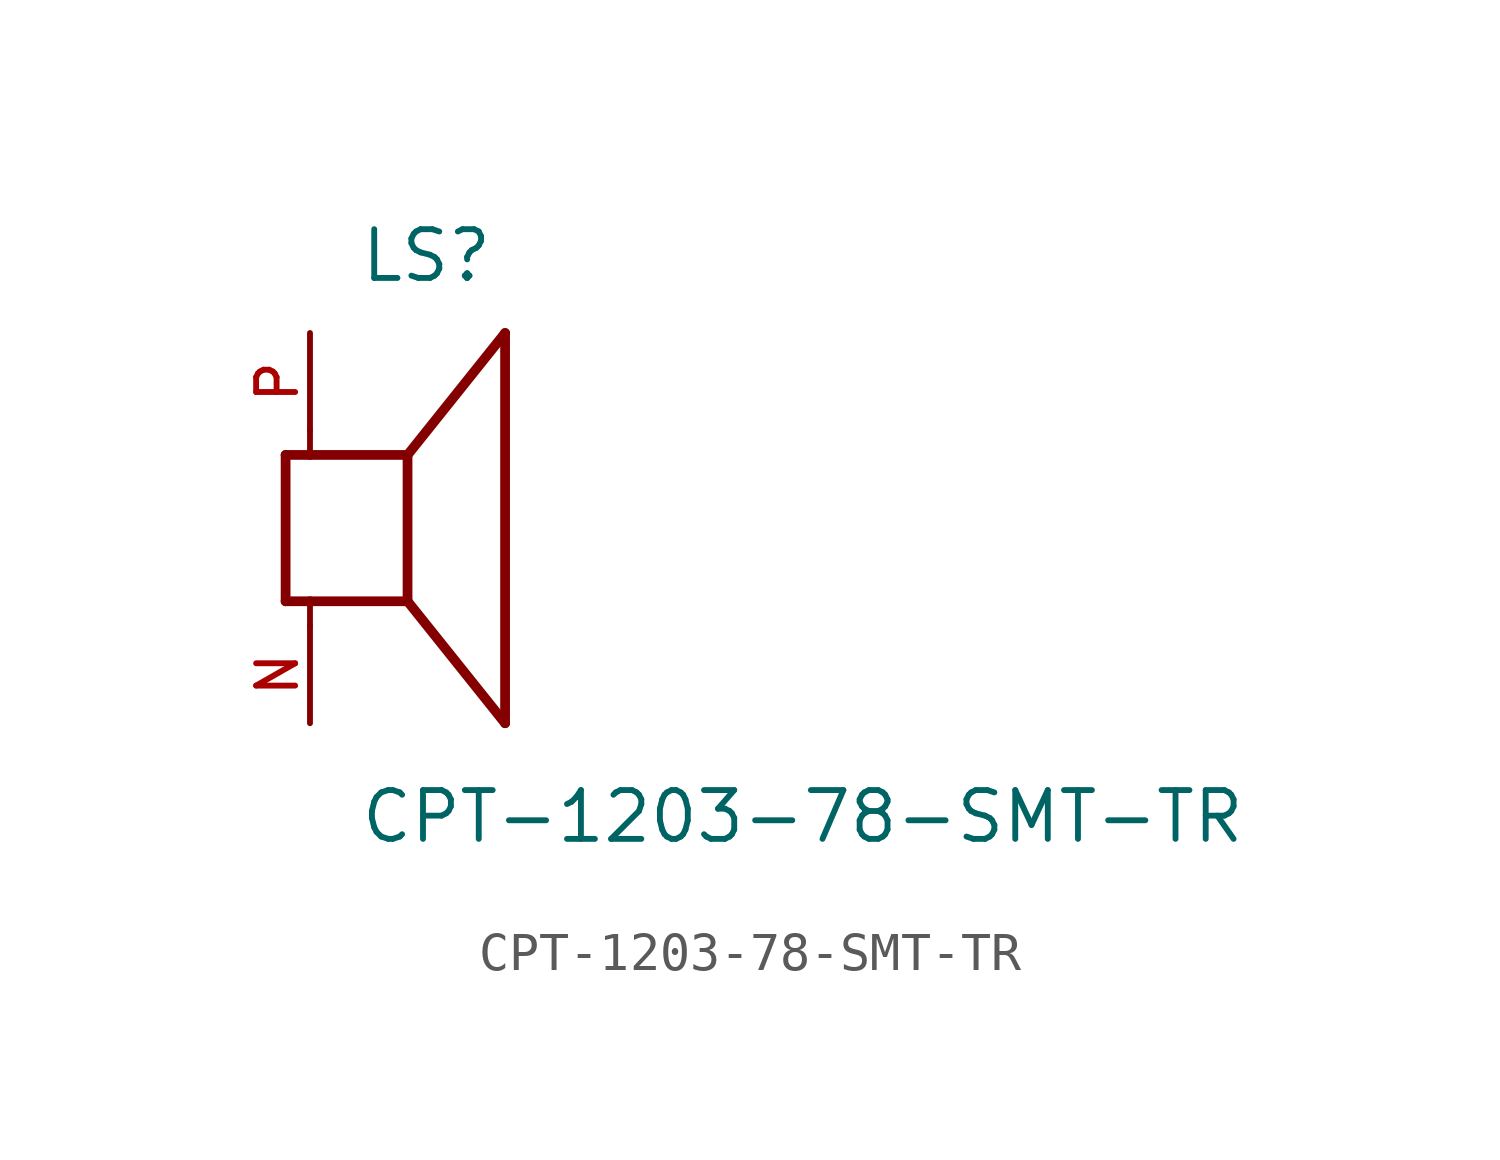
<source format=kicad_sym>
(kicad_symbol_lib
  (version 20211014)
  (generator kicad_symbol_editor)
  (symbol "CPT-1203-78-SMT-TR"
    (pin_names
      (offset 1.016))
    (property "Reference" "LS"
      (at -1.27 6.35 0)
      (effects (font (size 1.27 1.27)) (justify bottom left)))
    (property "Value" "CPT-1203-78-SMT-TR"
      (at -1.27 -8.255 0)
      (effects (font (size 1.27 1.27)) (justify bottom left)))
    (symbol "CPT-1203-78-SMT-TR_0_0"
      (polyline (pts (xy -3.175 1.905) (xy -3.175 -1.905)) (stroke (width 0.254)))
      (polyline (pts (xy -3.175 -1.905) (xy -2.54 -1.905)) (stroke (width 0.254)))
      (polyline (pts (xy 0.0 -1.905) (xy 0.0 1.905)) (stroke (width 0.254)))
      (polyline (pts (xy -3.175 1.905) (xy -2.54 1.905)) (stroke (width 0.254)))
      (polyline (pts (xy 0.0 -1.905) (xy 2.54 -5.08)) (stroke (width 0.254)))
      (polyline (pts (xy 2.54 -5.08) (xy 2.54 5.08)) (stroke (width 0.254)))
      (polyline (pts (xy 0.0 1.905) (xy 2.54 5.08)) (stroke (width 0.254)))
      (polyline (pts (xy -2.54 -2.54) (xy -2.54 -1.905)) (stroke (width 0.152)))
      (polyline (pts (xy -2.54 -1.905) (xy 0.0 -1.905)) (stroke (width 0.254)))
      (polyline (pts (xy -2.54 2.54) (xy -2.54 1.905)) (stroke (width 0.152)))
      (polyline (pts (xy -2.54 1.905) (xy 0.0 1.905)) (stroke (width 0.254)))
      (pin passive line (at -2.54 -5.08 90.0) (length 2.54) (name "~" (effects (font (size 1.016 1.016)))) (number "N" (effects (font (size 1.016 1.016)))))
      (pin passive line (at -2.54 5.08 270.0) (length 2.54) (name "~" (effects (font (size 1.016 1.016)))) (number "P" (effects (font (size 1.016 1.016))))))))
</source>
